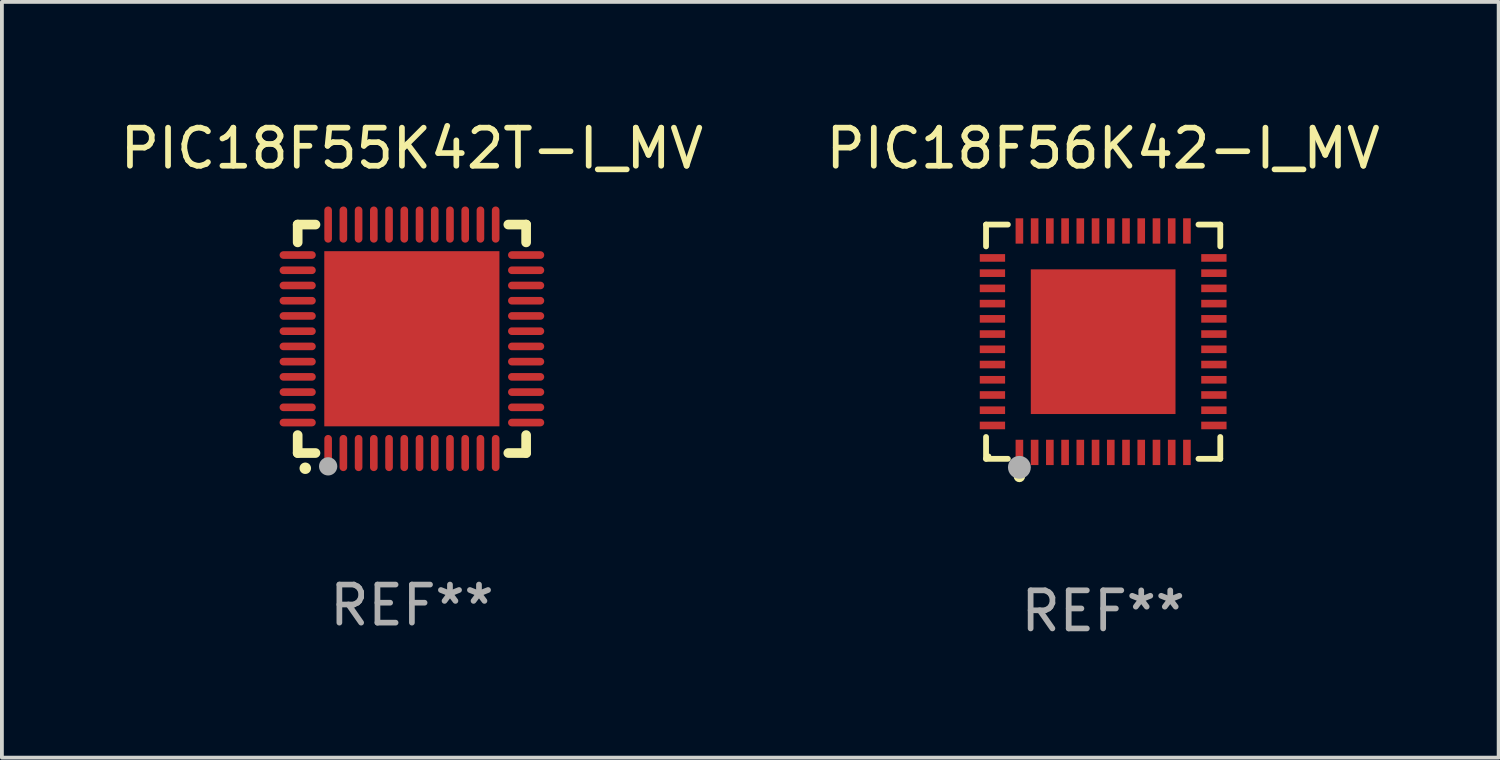
<source format=kicad_pcb>
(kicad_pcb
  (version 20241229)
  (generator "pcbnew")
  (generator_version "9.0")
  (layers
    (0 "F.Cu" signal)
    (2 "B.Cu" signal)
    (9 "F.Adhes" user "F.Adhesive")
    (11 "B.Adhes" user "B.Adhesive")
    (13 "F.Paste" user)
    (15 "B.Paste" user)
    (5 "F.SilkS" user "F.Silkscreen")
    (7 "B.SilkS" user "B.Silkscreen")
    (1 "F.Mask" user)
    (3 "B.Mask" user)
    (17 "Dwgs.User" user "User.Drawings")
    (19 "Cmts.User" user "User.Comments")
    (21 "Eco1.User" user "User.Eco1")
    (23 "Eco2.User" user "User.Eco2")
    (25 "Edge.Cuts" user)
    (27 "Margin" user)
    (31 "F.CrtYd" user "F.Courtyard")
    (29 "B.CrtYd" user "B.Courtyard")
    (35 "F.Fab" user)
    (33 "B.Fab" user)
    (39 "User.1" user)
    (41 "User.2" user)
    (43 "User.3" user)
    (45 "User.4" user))
  (footprint "PIC18F56K42-I_MV"
    (layer "F.Cu")
    (at 25.923 5.924)
    (property "Reference" "PIC18F56K42-I_MV" (at 0 -5.076 0) (layer "F.SilkS") (effects (font (size 1 1) (thickness 0.15))))
    (attr through_hole)
    (fp_line (start -3.076 -3.076) (end -2.503 -3.076) (stroke (width 0.152) (type solid)) (layer "F.SilkS"))
    (fp_line (start -3.076 -2.503) (end -3.076 -3.076) (stroke (width 0.152) (type solid)) (layer "F.SilkS"))
    (fp_line (start -3.076 2.503) (end -3.076 3.076) (stroke (width 0.152) (type solid)) (layer "F.SilkS"))
    (fp_line (start -3.076 3.076) (end -2.503 3.076) (stroke (width 0.152) (type solid)) (layer "F.SilkS"))
    (fp_line (start 3.076 -3.076) (end 2.503 -3.076) (stroke (width 0.152) (type solid)) (layer "F.SilkS"))
    (fp_line (start 3.076 -2.503) (end 3.076 -3.076) (stroke (width 0.152) (type solid)) (layer "F.SilkS"))
    (fp_line (start 3.076 2.503) (end 3.076 3.076) (stroke (width 0.152) (type solid)) (layer "F.SilkS"))
    (fp_line (start 3.076 3.076) (end 2.503 3.076) (stroke (width 0.152) (type solid)) (layer "F.SilkS"))
    (fp_circle (center -3 3) (end -2.97 3) (stroke (width 0.06) (type solid)) (fill no) (layer "F.SilkS"))
    (fp_circle (center -2.2 3.54) (end -2.125 3.54) (stroke (width 0.15) (type solid)) (fill no) (layer "F.SilkS"))
    (fp_circle (center -2.2 3.3) (end -2.05 3.3) (stroke (width 0.3) (type solid)) (fill no) (layer "F.Fab"))
    (fp_text user "REF**" (at 0 7.076 0) (layer "F.Fab") (effects (font (size 1 1) (thickness 0.15))))
    (pad "1" smd rect (at -2.2 2.908) (size 0.2 0.665) (layers "F.Cu" "F.Mask" "F.Paste"))
    (pad "2" smd rect (at -1.8 2.908) (size 0.2 0.665) (layers "F.Cu" "F.Mask" "F.Paste"))
    (pad "3" smd rect (at -1.4 2.908) (size 0.2 0.665) (layers "F.Cu" "F.Mask" "F.Paste"))
    (pad "4" smd rect (at -1 2.908) (size 0.2 0.665) (layers "F.Cu" "F.Mask" "F.Paste"))
    (pad "5" smd rect (at -0.6 2.908) (size 0.2 0.665) (layers "F.Cu" "F.Mask" "F.Paste"))
    (pad "6" smd rect (at -0.2 2.908) (size 0.2 0.665) (layers "F.Cu" "F.Mask" "F.Paste"))
    (pad "7" smd rect (at 0.2 2.908) (size 0.2 0.665) (layers "F.Cu" "F.Mask" "F.Paste"))
    (pad "8" smd rect (at 0.6 2.908) (size 0.2 0.665) (layers "F.Cu" "F.Mask" "F.Paste"))
    (pad "9" smd rect (at 1 2.908) (size 0.2 0.665) (layers "F.Cu" "F.Mask" "F.Paste"))
    (pad "10" smd rect (at 1.4 2.908) (size 0.2 0.665) (layers "F.Cu" "F.Mask" "F.Paste"))
    (pad "11" smd rect (at 1.8 2.908) (size 0.2 0.665) (layers "F.Cu" "F.Mask" "F.Paste"))
    (pad "12" smd rect (at 2.2 2.908) (size 0.2 0.665) (layers "F.Cu" "F.Mask" "F.Paste"))
    (pad "13" smd rect (at 2.908 2.2) (size 0.665 0.2) (layers "F.Cu" "F.Mask" "F.Paste"))
    (pad "14" smd rect (at 2.908 1.8) (size 0.665 0.2) (layers "F.Cu" "F.Mask" "F.Paste"))
    (pad "15" smd rect (at 2.908 1.4) (size 0.665 0.2) (layers "F.Cu" "F.Mask" "F.Paste"))
    (pad "16" smd rect (at 2.908 1) (size 0.665 0.2) (layers "F.Cu" "F.Mask" "F.Paste"))
    (pad "17" smd rect (at 2.908 0.6) (size 0.665 0.2) (layers "F.Cu" "F.Mask" "F.Paste"))
    (pad "18" smd rect (at 2.908 0.2) (size 0.665 0.2) (layers "F.Cu" "F.Mask" "F.Paste"))
    (pad "19" smd rect (at 2.908 -0.2) (size 0.665 0.2) (layers "F.Cu" "F.Mask" "F.Paste"))
    (pad "20" smd rect (at 2.908 -0.6) (size 0.665 0.2) (layers "F.Cu" "F.Mask" "F.Paste"))
    (pad "21" smd rect (at 2.908 -1) (size 0.665 0.2) (layers "F.Cu" "F.Mask" "F.Paste"))
    (pad "22" smd rect (at 2.908 -1.4) (size 0.665 0.2) (layers "F.Cu" "F.Mask" "F.Paste"))
    (pad "23" smd rect (at 2.908 -1.8) (size 0.665 0.2) (layers "F.Cu" "F.Mask" "F.Paste"))
    (pad "24" smd rect (at 2.908 -2.2) (size 0.665 0.2) (layers "F.Cu" "F.Mask" "F.Paste"))
    (pad "25" smd rect (at 2.2 -2.908) (size 0.2 0.665) (layers "F.Cu" "F.Mask" "F.Paste"))
    (pad "26" smd rect (at 1.8 -2.908) (size 0.2 0.665) (layers "F.Cu" "F.Mask" "F.Paste"))
    (pad "27" smd rect (at 1.4 -2.908) (size 0.2 0.665) (layers "F.Cu" "F.Mask" "F.Paste"))
    (pad "28" smd rect (at 1 -2.908) (size 0.2 0.665) (layers "F.Cu" "F.Mask" "F.Paste"))
    (pad "29" smd rect (at 0.6 -2.908) (size 0.2 0.665) (layers "F.Cu" "F.Mask" "F.Paste"))
    (pad "30" smd rect (at 0.2 -2.908) (size 0.2 0.665) (layers "F.Cu" "F.Mask" "F.Paste"))
    (pad "31" smd rect (at -0.2 -2.908) (size 0.2 0.665) (layers "F.Cu" "F.Mask" "F.Paste"))
    (pad "32" smd rect (at -0.6 -2.908) (size 0.2 0.665) (layers "F.Cu" "F.Mask" "F.Paste"))
    (pad "33" smd rect (at -1 -2.908) (size 0.2 0.665) (layers "F.Cu" "F.Mask" "F.Paste"))
    (pad "34" smd rect (at -1.4 -2.908) (size 0.2 0.665) (layers "F.Cu" "F.Mask" "F.Paste"))
    (pad "35" smd rect (at -1.8 -2.908) (size 0.2 0.665) (layers "F.Cu" "F.Mask" "F.Paste"))
    (pad "36" smd rect (at -2.2 -2.908) (size 0.2 0.665) (layers "F.Cu" "F.Mask" "F.Paste"))
    (pad "37" smd rect (at -2.908 -2.2) (size 0.665 0.2) (layers "F.Cu" "F.Mask" "F.Paste"))
    (pad "38" smd rect (at -2.908 -1.8) (size 0.665 0.2) (layers "F.Cu" "F.Mask" "F.Paste"))
    (pad "39" smd rect (at -2.908 -1.4) (size 0.665 0.2) (layers "F.Cu" "F.Mask" "F.Paste"))
    (pad "40" smd rect (at -2.908 -1) (size 0.665 0.2) (layers "F.Cu" "F.Mask" "F.Paste"))
    (pad "41" smd rect (at -2.908 -0.6) (size 0.665 0.2) (layers "F.Cu" "F.Mask" "F.Paste"))
    (pad "42" smd rect (at -2.908 -0.2) (size 0.665 0.2) (layers "F.Cu" "F.Mask" "F.Paste"))
    (pad "43" smd rect (at -2.908 0.2) (size 0.665 0.2) (layers "F.Cu" "F.Mask" "F.Paste"))
    (pad "44" smd rect (at -2.908 0.6) (size 0.665 0.2) (layers "F.Cu" "F.Mask" "F.Paste"))
    (pad "45" smd rect (at -2.908 1) (size 0.665 0.2) (layers "F.Cu" "F.Mask" "F.Paste"))
    (pad "46" smd rect (at -2.908 1.4) (size 0.665 0.2) (layers "F.Cu" "F.Mask" "F.Paste"))
    (pad "47" smd rect (at -2.908 1.8) (size 0.665 0.2) (layers "F.Cu" "F.Mask" "F.Paste"))
    (pad "48" smd rect (at -2.908 2.2) (size 0.665 0.2) (layers "F.Cu" "F.Mask" "F.Paste"))
    (pad "49" smd rect (at 0 0) (size 3.8 3.8) (layers "F.Cu" "F.Mask" "F.Paste")))
  (footprint "PIC18F55K42T-I_MV"
    (layer "F.Cu")
    (at 7.768 5.848)
    (property "Reference" "PIC18F55K42T-I_MV" (at 0 -5 0) (layer "F.SilkS") (effects (font (size 1 1) (thickness 0.15))))
    (attr through_hole)
    (fp_line (start -3 -3) (end -2.532 -3) (stroke (width 0.254) (type solid)) (layer "F.SilkS"))
    (fp_line (start -3 -2.532) (end -3 -3) (stroke (width 0.254) (type solid)) (layer "F.SilkS"))
    (fp_line (start -3 3) (end -3 2.529) (stroke (width 0.254) (type solid)) (layer "F.SilkS"))
    (fp_line (start -2.532 3) (end -3 3) (stroke (width 0.254) (type solid)) (layer "F.SilkS"))
    (fp_line (start 2.532 -3) (end 3 -3) (stroke (width 0.254) (type solid)) (layer "F.SilkS"))
    (fp_line (start 3 -3) (end 3 -2.532) (stroke (width 0.254) (type solid)) (layer "F.SilkS"))
    (fp_line (start 3 2.529) (end 3 3) (stroke (width 0.254) (type solid)) (layer "F.SilkS"))
    (fp_line (start 3 3) (end 2.532 3) (stroke (width 0.254) (type solid)) (layer "F.SilkS"))
    (fp_arc (start -2.801295 3.400025) (mid -2.800025 3.40002) (end -2.798755 3.400025) (stroke (width 0.3) (type solid)) (layer "F.SilkS"))
    (fp_circle (center -3 3) (end -2.97 3) (stroke (width 0.06) (type solid)) (fill no) (layer "F.SilkS"))
    (fp_circle (center -2.2 3.35) (end -2.08 3.35) (stroke (width 0.24) (type solid)) (fill no) (layer "F.Fab"))
    (fp_text user "REF**" (at 0 7 0) (layer "F.Fab") (effects (font (size 1 1) (thickness 0.15))))
    (pad "1" smd oval (at -2.2 3) (size 0.2 0.95) (layers "F.Cu" "F.Mask" "F.Paste"))
    (pad "2" smd oval (at -1.8 3) (size 0.2 0.95) (layers "F.Cu" "F.Mask" "F.Paste"))
    (pad "3" smd oval (at -1.4 3) (size 0.2 0.95) (layers "F.Cu" "F.Mask" "F.Paste"))
    (pad "4" smd oval (at -1 3) (size 0.2 0.95) (layers "F.Cu" "F.Mask" "F.Paste"))
    (pad "5" smd oval (at -0.6 3) (size 0.2 0.95) (layers "F.Cu" "F.Mask" "F.Paste"))
    (pad "6" smd oval (at -0.2 3) (size 0.2 0.95) (layers "F.Cu" "F.Mask" "F.Paste"))
    (pad "7" smd oval (at 0.2 3) (size 0.2 0.95) (layers "F.Cu" "F.Mask" "F.Paste"))
    (pad "8" smd oval (at 0.6 3) (size 0.2 0.95) (layers "F.Cu" "F.Mask" "F.Paste"))
    (pad "9" smd oval (at 1 3) (size 0.2 0.95) (layers "F.Cu" "F.Mask" "F.Paste"))
    (pad "10" smd oval (at 1.4 3) (size 0.2 0.95) (layers "F.Cu" "F.Mask" "F.Paste"))
    (pad "11" smd oval (at 1.8 3) (size 0.2 0.95) (layers "F.Cu" "F.Mask" "F.Paste"))
    (pad "12" smd oval (at 2.2 3) (size 0.2 0.95) (layers "F.Cu" "F.Mask" "F.Paste"))
    (pad "13" smd oval (at 3 2.2 90) (size 0.2 0.95) (layers "F.Cu" "F.Mask" "F.Paste"))
    (pad "14" smd oval (at 3 1.8 90) (size 0.2 0.95) (layers "F.Cu" "F.Mask" "F.Paste"))
    (pad "15" smd oval (at 3 1.4 90) (size 0.2 0.95) (layers "F.Cu" "F.Mask" "F.Paste"))
    (pad "16" smd oval (at 3 1 90) (size 0.2 0.95) (layers "F.Cu" "F.Mask" "F.Paste"))
    (pad "17" smd oval (at 3 0.6 90) (size 0.2 0.95) (layers "F.Cu" "F.Mask" "F.Paste"))
    (pad "18" smd oval (at 3 0.2 90) (size 0.2 0.95) (layers "F.Cu" "F.Mask" "F.Paste"))
    (pad "19" smd oval (at 3 -0.2 90) (size 0.2 0.95) (layers "F.Cu" "F.Mask" "F.Paste"))
    (pad "20" smd oval (at 3 -0.6 90) (size 0.2 0.95) (layers "F.Cu" "F.Mask" "F.Paste"))
    (pad "21" smd oval (at 3 -1 90) (size 0.2 0.95) (layers "F.Cu" "F.Mask" "F.Paste"))
    (pad "22" smd oval (at 3 -1.4 90) (size 0.2 0.95) (layers "F.Cu" "F.Mask" "F.Paste"))
    (pad "23" smd oval (at 3 -1.8 90) (size 0.2 0.95) (layers "F.Cu" "F.Mask" "F.Paste"))
    (pad "24" smd oval (at 3 -2.2 90) (size 0.2 0.95) (layers "F.Cu" "F.Mask" "F.Paste"))
    (pad "25" smd oval (at 2.2 -3 180) (size 0.2 0.95) (layers "F.Cu" "F.Mask" "F.Paste"))
    (pad "26" smd oval (at 1.8 -3 180) (size 0.2 0.95) (layers "F.Cu" "F.Mask" "F.Paste"))
    (pad "27" smd oval (at 1.4 -3 180) (size 0.2 0.95) (layers "F.Cu" "F.Mask" "F.Paste"))
    (pad "28" smd oval (at 1 -3 180) (size 0.2 0.95) (layers "F.Cu" "F.Mask" "F.Paste"))
    (pad "29" smd oval (at 0.6 -3 180) (size 0.2 0.95) (layers "F.Cu" "F.Mask" "F.Paste"))
    (pad "30" smd oval (at 0.2 -3 180) (size 0.2 0.95) (layers "F.Cu" "F.Mask" "F.Paste"))
    (pad "31" smd oval (at -0.2 -3 180) (size 0.2 0.95) (layers "F.Cu" "F.Mask" "F.Paste"))
    (pad "32" smd oval (at -0.6 -3 180) (size 0.2 0.95) (layers "F.Cu" "F.Mask" "F.Paste"))
    (pad "33" smd oval (at -1 -3 180) (size 0.2 0.95) (layers "F.Cu" "F.Mask" "F.Paste"))
    (pad "34" smd oval (at -1.4 -3 180) (size 0.2 0.95) (layers "F.Cu" "F.Mask" "F.Paste"))
    (pad "35" smd oval (at -1.8 -3 180) (size 0.2 0.95) (layers "F.Cu" "F.Mask" "F.Paste"))
    (pad "36" smd oval (at -2.2 -3 180) (size 0.2 0.95) (layers "F.Cu" "F.Mask" "F.Paste"))
    (pad "37" smd oval (at -3 -2.2 270) (size 0.2 0.95) (layers "F.Cu" "F.Mask" "F.Paste"))
    (pad "38" smd oval (at -3 -1.8 270) (size 0.2 0.95) (layers "F.Cu" "F.Mask" "F.Paste"))
    (pad "39" smd oval (at -3 -1.4 270) (size 0.2 0.95) (layers "F.Cu" "F.Mask" "F.Paste"))
    (pad "40" smd oval (at -3 -1 270) (size 0.2 0.95) (layers "F.Cu" "F.Mask" "F.Paste"))
    (pad "41" smd oval (at -3 -0.6 270) (size 0.2 0.95) (layers "F.Cu" "F.Mask" "F.Paste"))
    (pad "42" smd oval (at -3 -0.2 270) (size 0.2 0.95) (layers "F.Cu" "F.Mask" "F.Paste"))
    (pad "43" smd oval (at -3 0.2 270) (size 0.2 0.95) (layers "F.Cu" "F.Mask" "F.Paste"))
    (pad "44" smd oval (at -3 0.6 270) (size 0.2 0.95) (layers "F.Cu" "F.Mask" "F.Paste"))
    (pad "45" smd oval (at -3 1 270) (size 0.2 0.95) (layers "F.Cu" "F.Mask" "F.Paste"))
    (pad "46" smd oval (at -3 1.4 270) (size 0.2 0.95) (layers "F.Cu" "F.Mask" "F.Paste"))
    (pad "47" smd oval (at -3 1.8 270) (size 0.2 0.95) (layers "F.Cu" "F.Mask" "F.Paste"))
    (pad "48" smd oval (at -3 2.2 270) (size 0.2 0.95) (layers "F.Cu" "F.Mask" "F.Paste"))
    (pad "49" smd rect (at -0.001 -0.001 180) (size 4.6 4.6) (layers "F.Cu" "F.Mask" "F.Paste")))
  (gr_rect
    (start -3 -3)
    (end 36.31 16.849)
    (stroke (width 0.1) (type default))
    (fill no)
    (layer "Edge.Cuts")))
</source>
